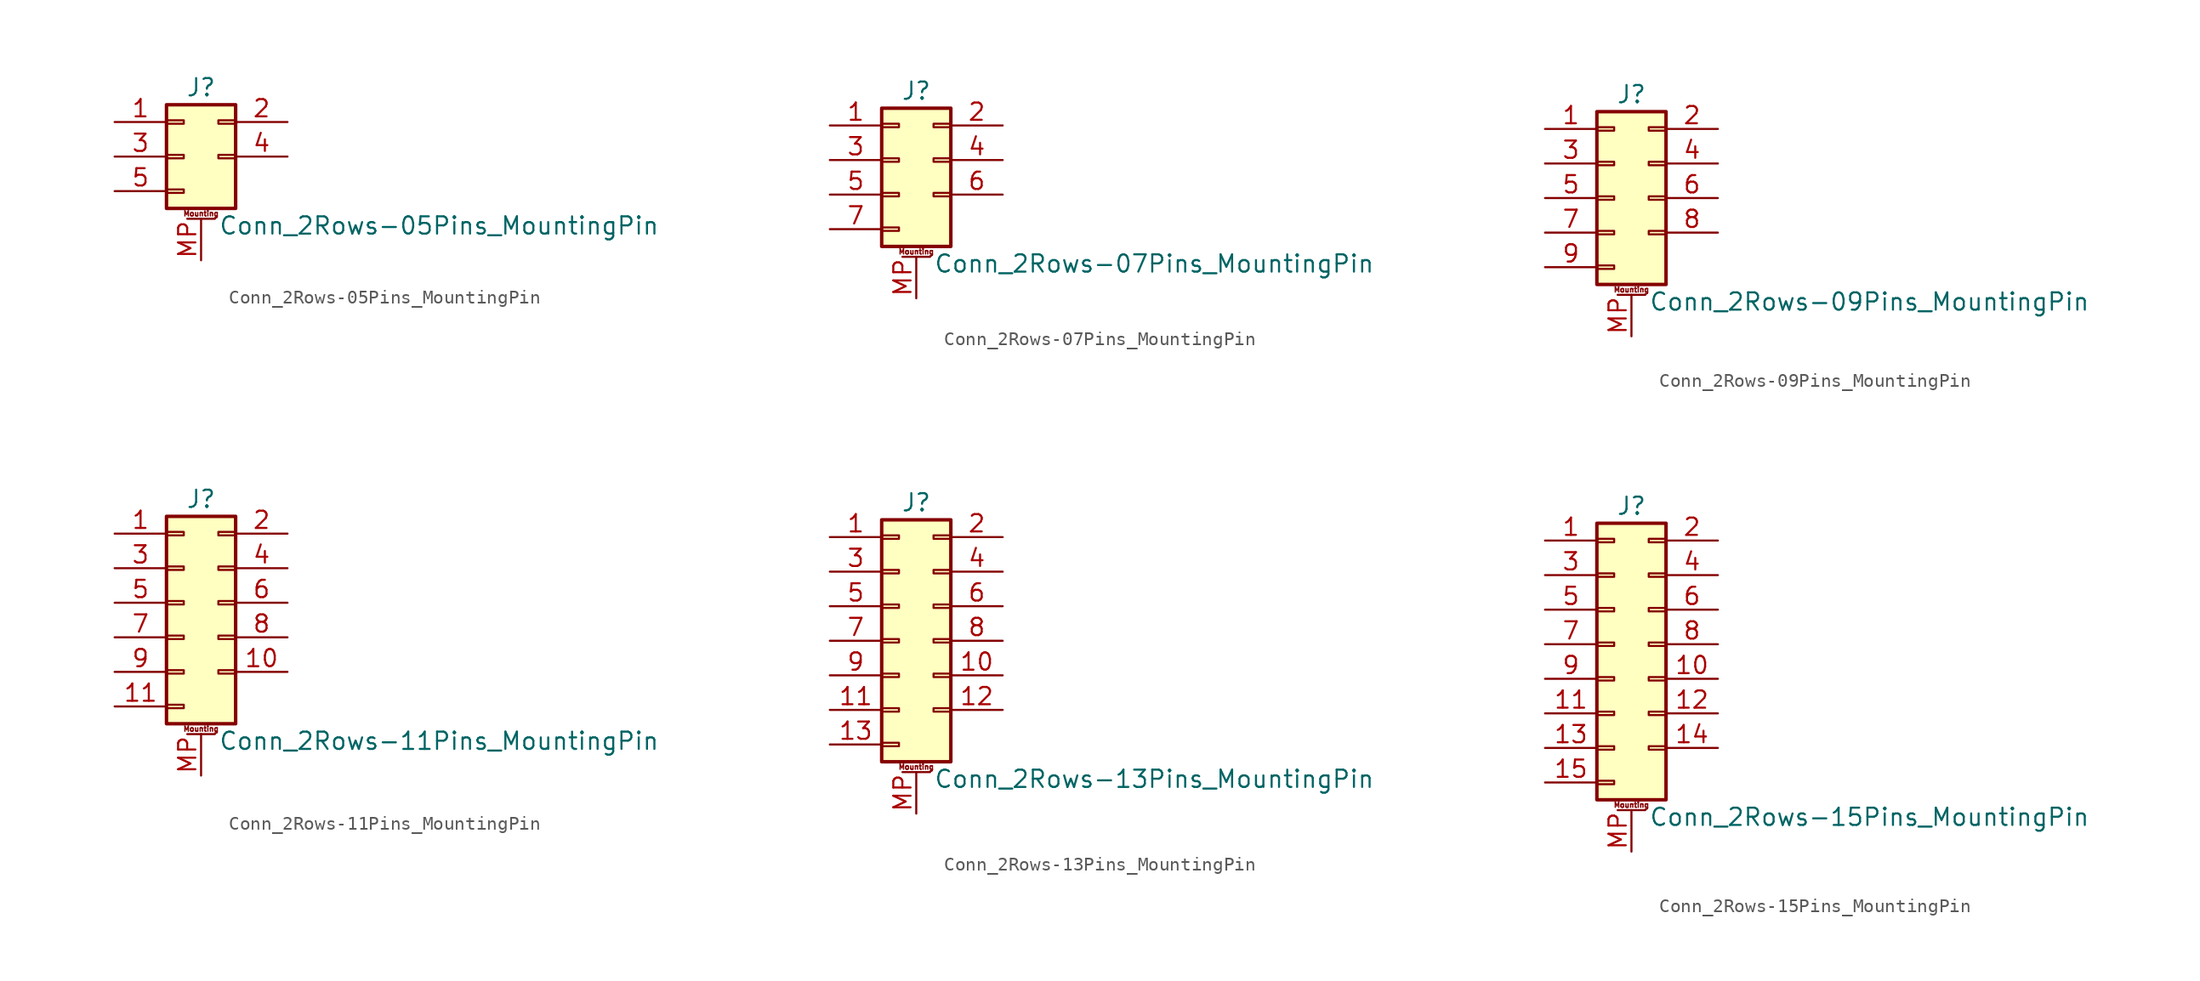
<source format=kicad_sym>
(kicad_symbol_lib
  (version 20201005)
  (generator kicad_symbol_editor)
  (symbol "Connector_Generic_MountingPin:Conn_2Rows-05Pins_MountingPin"
    (pin_names
      (offset 1.016) hide)
    (property "Reference" "J"
      (at 1.27 5.08 0)
      (effects (font (size 1.27 1.27))))
    (property "Value" "Conn_2Rows-05Pins_MountingPin"
      (at 2.54 -5.08 0)
      (effects (font (size 1.27 1.27)) (justify left)))
    (symbol "Conn_2Rows-05Pins_MountingPin_1_1"
      (text "Mounting" (at 1.27 -4.191 0) (effects (font (size 0.381 0.381))))
      (rectangle (start -1.27 -2.413) (end 0 -2.667) (stroke (width 0.152)) (fill (type none)))
      (rectangle (start -1.27 2.667) (end 0 2.413) (stroke (width 0.152)) (fill (type none)))
      (rectangle (start -1.27 3.81) (end 3.81 -3.81) (stroke (width 0.254)) (fill (type background)))
      (rectangle (start -1.27 0.127) (end 0 -0.127) (stroke (width 0.152)) (fill (type none)))
      (rectangle (start 3.81 2.667) (end 2.54 2.413) (stroke (width 0.152)) (fill (type none)))
      (rectangle (start 3.81 0.127) (end 2.54 -0.127) (stroke (width 0.152)) (fill (type none)))
      (polyline (pts (xy 0.254 -4.572) (xy 2.286 -4.572)) (stroke (width 0.152)) (fill (type none)))
      (pin passive line (at 1.27 -7.62 90) (length 3.048) (name "MountPin" (effects (font (size 1.27 1.27)))) (number "MP" (effects (font (size 1.27 1.27)))))
      (pin passive line (at -5.08 2.54 0) (length 3.81) (name "Pin_1" (effects (font (size 1.27 1.27)))) (number "1" (effects (font (size 1.27 1.27)))))
      (pin passive line (at 7.62 2.54 180) (length 3.81) (name "Pin_2" (effects (font (size 1.27 1.27)))) (number "2" (effects (font (size 1.27 1.27)))))
      (pin passive line (at -5.08 0 0) (length 3.81) (name "Pin_3" (effects (font (size 1.27 1.27)))) (number "3" (effects (font (size 1.27 1.27)))))
      (pin passive line (at 7.62 0 180) (length 3.81) (name "Pin_4" (effects (font (size 1.27 1.27)))) (number "4" (effects (font (size 1.27 1.27)))))
      (pin passive line (at -5.08 -2.54 0) (length 3.81) (name "Pin_5" (effects (font (size 1.27 1.27)))) (number "5" (effects (font (size 1.27 1.27)))))))
  (symbol "Connector_Generic_MountingPin:Conn_2Rows-07Pins_MountingPin"
    (pin_names
      (offset 1.016) hide)
    (property "Reference" "J"
      (at 1.27 5.08 0)
      (effects (font (size 1.27 1.27))))
    (property "Value" "Conn_2Rows-07Pins_MountingPin"
      (at 2.54 -7.62 0)
      (effects (font (size 1.27 1.27)) (justify left)))
    (symbol "Conn_2Rows-07Pins_MountingPin_1_1"
      (text "Mounting" (at 1.27 -6.731 0) (effects (font (size 0.381 0.381))))
      (rectangle (start -1.27 -4.953) (end 0 -5.207) (stroke (width 0.152)) (fill (type none)))
      (rectangle (start -1.27 -2.413) (end 0 -2.667) (stroke (width 0.152)) (fill (type none)))
      (rectangle (start -1.27 2.667) (end 0 2.413) (stroke (width 0.152)) (fill (type none)))
      (rectangle (start -1.27 3.81) (end 3.81 -6.35) (stroke (width 0.254)) (fill (type background)))
      (rectangle (start -1.27 0.127) (end 0 -0.127) (stroke (width 0.152)) (fill (type none)))
      (rectangle (start 3.81 -2.413) (end 2.54 -2.667) (stroke (width 0.152)) (fill (type none)))
      (rectangle (start 3.81 2.667) (end 2.54 2.413) (stroke (width 0.152)) (fill (type none)))
      (rectangle (start 3.81 0.127) (end 2.54 -0.127) (stroke (width 0.152)) (fill (type none)))
      (polyline (pts (xy 0.254 -7.112) (xy 2.286 -7.112)) (stroke (width 0.152)) (fill (type none)))
      (pin passive line (at 1.27 -10.16 90) (length 3.048) (name "MountPin" (effects (font (size 1.27 1.27)))) (number "MP" (effects (font (size 1.27 1.27)))))
      (pin passive line (at -5.08 2.54 0) (length 3.81) (name "Pin_1" (effects (font (size 1.27 1.27)))) (number "1" (effects (font (size 1.27 1.27)))))
      (pin passive line (at 7.62 2.54 180) (length 3.81) (name "Pin_2" (effects (font (size 1.27 1.27)))) (number "2" (effects (font (size 1.27 1.27)))))
      (pin passive line (at -5.08 0 0) (length 3.81) (name "Pin_3" (effects (font (size 1.27 1.27)))) (number "3" (effects (font (size 1.27 1.27)))))
      (pin passive line (at 7.62 0 180) (length 3.81) (name "Pin_4" (effects (font (size 1.27 1.27)))) (number "4" (effects (font (size 1.27 1.27)))))
      (pin passive line (at -5.08 -2.54 0) (length 3.81) (name "Pin_5" (effects (font (size 1.27 1.27)))) (number "5" (effects (font (size 1.27 1.27)))))
      (pin passive line (at 7.62 -2.54 180) (length 3.81) (name "Pin_6" (effects (font (size 1.27 1.27)))) (number "6" (effects (font (size 1.27 1.27)))))
      (pin passive line (at -5.08 -5.08 0) (length 3.81) (name "Pin_7" (effects (font (size 1.27 1.27)))) (number "7" (effects (font (size 1.27 1.27)))))))
  (symbol "Connector_Generic_MountingPin:Conn_2Rows-09Pins_MountingPin"
    (pin_names
      (offset 1.016) hide)
    (property "Reference" "J"
      (at 1.27 7.62 0)
      (effects (font (size 1.27 1.27))))
    (property "Value" "Conn_2Rows-09Pins_MountingPin"
      (at 2.54 -7.62 0)
      (effects (font (size 1.27 1.27)) (justify left)))
    (symbol "Conn_2Rows-09Pins_MountingPin_1_1"
      (text "Mounting" (at 1.27 -6.731 0) (effects (font (size 0.381 0.381))))
      (rectangle (start -1.27 -4.953) (end 0 -5.207) (stroke (width 0.152)) (fill (type none)))
      (rectangle (start -1.27 -2.413) (end 0 -2.667) (stroke (width 0.152)) (fill (type none)))
      (rectangle (start -1.27 2.667) (end 0 2.413) (stroke (width 0.152)) (fill (type none)))
      (rectangle (start -1.27 5.207) (end 0 4.953) (stroke (width 0.152)) (fill (type none)))
      (rectangle (start -1.27 6.35) (end 3.81 -6.35) (stroke (width 0.254)) (fill (type background)))
      (rectangle (start -1.27 0.127) (end 0 -0.127) (stroke (width 0.152)) (fill (type none)))
      (rectangle (start 3.81 -2.413) (end 2.54 -2.667) (stroke (width 0.152)) (fill (type none)))
      (rectangle (start 3.81 2.667) (end 2.54 2.413) (stroke (width 0.152)) (fill (type none)))
      (rectangle (start 3.81 5.207) (end 2.54 4.953) (stroke (width 0.152)) (fill (type none)))
      (rectangle (start 3.81 0.127) (end 2.54 -0.127) (stroke (width 0.152)) (fill (type none)))
      (polyline (pts (xy 0.254 -7.112) (xy 2.286 -7.112)) (stroke (width 0.152)) (fill (type none)))
      (pin passive line (at 1.27 -10.16 90) (length 3.048) (name "MountPin" (effects (font (size 1.27 1.27)))) (number "MP" (effects (font (size 1.27 1.27)))))
      (pin passive line (at -5.08 5.08 0) (length 3.81) (name "Pin_1" (effects (font (size 1.27 1.27)))) (number "1" (effects (font (size 1.27 1.27)))))
      (pin passive line (at 7.62 5.08 180) (length 3.81) (name "Pin_2" (effects (font (size 1.27 1.27)))) (number "2" (effects (font (size 1.27 1.27)))))
      (pin passive line (at -5.08 2.54 0) (length 3.81) (name "Pin_3" (effects (font (size 1.27 1.27)))) (number "3" (effects (font (size 1.27 1.27)))))
      (pin passive line (at 7.62 2.54 180) (length 3.81) (name "Pin_4" (effects (font (size 1.27 1.27)))) (number "4" (effects (font (size 1.27 1.27)))))
      (pin passive line (at -5.08 0 0) (length 3.81) (name "Pin_5" (effects (font (size 1.27 1.27)))) (number "5" (effects (font (size 1.27 1.27)))))
      (pin passive line (at 7.62 0 180) (length 3.81) (name "Pin_6" (effects (font (size 1.27 1.27)))) (number "6" (effects (font (size 1.27 1.27)))))
      (pin passive line (at -5.08 -2.54 0) (length 3.81) (name "Pin_7" (effects (font (size 1.27 1.27)))) (number "7" (effects (font (size 1.27 1.27)))))
      (pin passive line (at 7.62 -2.54 180) (length 3.81) (name "Pin_8" (effects (font (size 1.27 1.27)))) (number "8" (effects (font (size 1.27 1.27)))))
      (pin passive line (at -5.08 -5.08 0) (length 3.81) (name "Pin_9" (effects (font (size 1.27 1.27)))) (number "9" (effects (font (size 1.27 1.27)))))))
  (symbol "Connector_Generic_MountingPin:Conn_2Rows-11Pins_MountingPin"
    (pin_names
      (offset 1.016) hide)
    (property "Reference" "J"
      (at 1.27 7.62 0)
      (effects (font (size 1.27 1.27))))
    (property "Value" "Conn_2Rows-11Pins_MountingPin"
      (at 2.54 -10.16 0)
      (effects (font (size 1.27 1.27)) (justify left)))
    (symbol "Conn_2Rows-11Pins_MountingPin_1_1"
      (text "Mounting" (at 1.27 -9.271 0) (effects (font (size 0.381 0.381))))
      (rectangle (start -1.27 -4.953) (end 0 -5.207) (stroke (width 0.152)) (fill (type none)))
      (rectangle (start -1.27 -7.493) (end 0 -7.747) (stroke (width 0.152)) (fill (type none)))
      (rectangle (start -1.27 -2.413) (end 0 -2.667) (stroke (width 0.152)) (fill (type none)))
      (rectangle (start -1.27 2.667) (end 0 2.413) (stroke (width 0.152)) (fill (type none)))
      (rectangle (start -1.27 5.207) (end 0 4.953) (stroke (width 0.152)) (fill (type none)))
      (rectangle (start -1.27 6.35) (end 3.81 -8.89) (stroke (width 0.254)) (fill (type background)))
      (rectangle (start -1.27 0.127) (end 0 -0.127) (stroke (width 0.152)) (fill (type none)))
      (rectangle (start 3.81 -4.953) (end 2.54 -5.207) (stroke (width 0.152)) (fill (type none)))
      (rectangle (start 3.81 -2.413) (end 2.54 -2.667) (stroke (width 0.152)) (fill (type none)))
      (rectangle (start 3.81 2.667) (end 2.54 2.413) (stroke (width 0.152)) (fill (type none)))
      (rectangle (start 3.81 5.207) (end 2.54 4.953) (stroke (width 0.152)) (fill (type none)))
      (rectangle (start 3.81 0.127) (end 2.54 -0.127) (stroke (width 0.152)) (fill (type none)))
      (polyline (pts (xy 0.254 -9.652) (xy 2.286 -9.652)) (stroke (width 0.152)) (fill (type none)))
      (pin passive line (at 1.27 -12.7 90) (length 3.048) (name "MountPin" (effects (font (size 1.27 1.27)))) (number "MP" (effects (font (size 1.27 1.27)))))
      (pin passive line (at -5.08 5.08 0) (length 3.81) (name "Pin_1" (effects (font (size 1.27 1.27)))) (number "1" (effects (font (size 1.27 1.27)))))
      (pin passive line (at 7.62 -5.08 180) (length 3.81) (name "Pin_10" (effects (font (size 1.27 1.27)))) (number "10" (effects (font (size 1.27 1.27)))))
      (pin passive line (at -5.08 -7.62 0) (length 3.81) (name "Pin_11" (effects (font (size 1.27 1.27)))) (number "11" (effects (font (size 1.27 1.27)))))
      (pin passive line (at 7.62 5.08 180) (length 3.81) (name "Pin_2" (effects (font (size 1.27 1.27)))) (number "2" (effects (font (size 1.27 1.27)))))
      (pin passive line (at -5.08 2.54 0) (length 3.81) (name "Pin_3" (effects (font (size 1.27 1.27)))) (number "3" (effects (font (size 1.27 1.27)))))
      (pin passive line (at 7.62 2.54 180) (length 3.81) (name "Pin_4" (effects (font (size 1.27 1.27)))) (number "4" (effects (font (size 1.27 1.27)))))
      (pin passive line (at -5.08 0 0) (length 3.81) (name "Pin_5" (effects (font (size 1.27 1.27)))) (number "5" (effects (font (size 1.27 1.27)))))
      (pin passive line (at 7.62 0 180) (length 3.81) (name "Pin_6" (effects (font (size 1.27 1.27)))) (number "6" (effects (font (size 1.27 1.27)))))
      (pin passive line (at -5.08 -2.54 0) (length 3.81) (name "Pin_7" (effects (font (size 1.27 1.27)))) (number "7" (effects (font (size 1.27 1.27)))))
      (pin passive line (at 7.62 -2.54 180) (length 3.81) (name "Pin_8" (effects (font (size 1.27 1.27)))) (number "8" (effects (font (size 1.27 1.27)))))
      (pin passive line (at -5.08 -5.08 0) (length 3.81) (name "Pin_9" (effects (font (size 1.27 1.27)))) (number "9" (effects (font (size 1.27 1.27)))))))
  (symbol "Connector_Generic_MountingPin:Conn_2Rows-13Pins_MountingPin"
    (pin_names
      (offset 1.016) hide)
    (property "Reference" "J"
      (at 1.27 10.16 0)
      (effects (font (size 1.27 1.27))))
    (property "Value" "Conn_2Rows-13Pins_MountingPin"
      (at 2.54 -10.16 0)
      (effects (font (size 1.27 1.27)) (justify left)))
    (symbol "Conn_2Rows-13Pins_MountingPin_1_1"
      (text "Mounting" (at 1.27 -9.271 0) (effects (font (size 0.381 0.381))))
      (rectangle (start -1.27 -4.953) (end 0 -5.207) (stroke (width 0.152)) (fill (type none)))
      (rectangle (start -1.27 -7.493) (end 0 -7.747) (stroke (width 0.152)) (fill (type none)))
      (rectangle (start -1.27 -2.413) (end 0 -2.667) (stroke (width 0.152)) (fill (type none)))
      (rectangle (start -1.27 2.667) (end 0 2.413) (stroke (width 0.152)) (fill (type none)))
      (rectangle (start -1.27 5.207) (end 0 4.953) (stroke (width 0.152)) (fill (type none)))
      (rectangle (start -1.27 7.747) (end 0 7.493) (stroke (width 0.152)) (fill (type none)))
      (rectangle (start -1.27 8.89) (end 3.81 -8.89) (stroke (width 0.254)) (fill (type background)))
      (rectangle (start -1.27 0.127) (end 0 -0.127) (stroke (width 0.152)) (fill (type none)))
      (rectangle (start 3.81 -4.953) (end 2.54 -5.207) (stroke (width 0.152)) (fill (type none)))
      (rectangle (start 3.81 -2.413) (end 2.54 -2.667) (stroke (width 0.152)) (fill (type none)))
      (rectangle (start 3.81 2.667) (end 2.54 2.413) (stroke (width 0.152)) (fill (type none)))
      (rectangle (start 3.81 5.207) (end 2.54 4.953) (stroke (width 0.152)) (fill (type none)))
      (rectangle (start 3.81 7.747) (end 2.54 7.493) (stroke (width 0.152)) (fill (type none)))
      (rectangle (start 3.81 0.127) (end 2.54 -0.127) (stroke (width 0.152)) (fill (type none)))
      (polyline (pts (xy 0.254 -9.652) (xy 2.286 -9.652)) (stroke (width 0.152)) (fill (type none)))
      (pin passive line (at 1.27 -12.7 90) (length 3.048) (name "MountPin" (effects (font (size 1.27 1.27)))) (number "MP" (effects (font (size 1.27 1.27)))))
      (pin passive line (at -5.08 7.62 0) (length 3.81) (name "Pin_1" (effects (font (size 1.27 1.27)))) (number "1" (effects (font (size 1.27 1.27)))))
      (pin passive line (at 7.62 -2.54 180) (length 3.81) (name "Pin_10" (effects (font (size 1.27 1.27)))) (number "10" (effects (font (size 1.27 1.27)))))
      (pin passive line (at -5.08 -5.08 0) (length 3.81) (name "Pin_11" (effects (font (size 1.27 1.27)))) (number "11" (effects (font (size 1.27 1.27)))))
      (pin passive line (at 7.62 -5.08 180) (length 3.81) (name "Pin_12" (effects (font (size 1.27 1.27)))) (number "12" (effects (font (size 1.27 1.27)))))
      (pin passive line (at -5.08 -7.62 0) (length 3.81) (name "Pin_13" (effects (font (size 1.27 1.27)))) (number "13" (effects (font (size 1.27 1.27)))))
      (pin passive line (at 7.62 7.62 180) (length 3.81) (name "Pin_2" (effects (font (size 1.27 1.27)))) (number "2" (effects (font (size 1.27 1.27)))))
      (pin passive line (at -5.08 5.08 0) (length 3.81) (name "Pin_3" (effects (font (size 1.27 1.27)))) (number "3" (effects (font (size 1.27 1.27)))))
      (pin passive line (at 7.62 5.08 180) (length 3.81) (name "Pin_4" (effects (font (size 1.27 1.27)))) (number "4" (effects (font (size 1.27 1.27)))))
      (pin passive line (at -5.08 2.54 0) (length 3.81) (name "Pin_5" (effects (font (size 1.27 1.27)))) (number "5" (effects (font (size 1.27 1.27)))))
      (pin passive line (at 7.62 2.54 180) (length 3.81) (name "Pin_6" (effects (font (size 1.27 1.27)))) (number "6" (effects (font (size 1.27 1.27)))))
      (pin passive line (at -5.08 0 0) (length 3.81) (name "Pin_7" (effects (font (size 1.27 1.27)))) (number "7" (effects (font (size 1.27 1.27)))))
      (pin passive line (at 7.62 0 180) (length 3.81) (name "Pin_8" (effects (font (size 1.27 1.27)))) (number "8" (effects (font (size 1.27 1.27)))))
      (pin passive line (at -5.08 -2.54 0) (length 3.81) (name "Pin_9" (effects (font (size 1.27 1.27)))) (number "9" (effects (font (size 1.27 1.27)))))))
  (symbol "Connector_Generic_MountingPin:Conn_2Rows-15Pins_MountingPin"
    (pin_names
      (offset 1.016) hide)
    (property "Reference" "J"
      (at 1.27 10.16 0)
      (effects (font (size 1.27 1.27))))
    (property "Value" "Conn_2Rows-15Pins_MountingPin"
      (at 2.54 -12.7 0)
      (effects (font (size 1.27 1.27)) (justify left)))
    (symbol "Conn_2Rows-15Pins_MountingPin_1_1"
      (text "Mounting" (at 1.27 -11.811 0) (effects (font (size 0.381 0.381))))
      (rectangle (start -1.27 -4.953) (end 0 -5.207) (stroke (width 0.152)) (fill (type none)))
      (rectangle (start -1.27 -7.493) (end 0 -7.747) (stroke (width 0.152)) (fill (type none)))
      (rectangle (start -1.27 -10.033) (end 0 -10.287) (stroke (width 0.152)) (fill (type none)))
      (rectangle (start -1.27 -2.413) (end 0 -2.667) (stroke (width 0.152)) (fill (type none)))
      (rectangle (start -1.27 2.667) (end 0 2.413) (stroke (width 0.152)) (fill (type none)))
      (rectangle (start -1.27 5.207) (end 0 4.953) (stroke (width 0.152)) (fill (type none)))
      (rectangle (start -1.27 7.747) (end 0 7.493) (stroke (width 0.152)) (fill (type none)))
      (rectangle (start -1.27 8.89) (end 3.81 -11.43) (stroke (width 0.254)) (fill (type background)))
      (rectangle (start -1.27 0.127) (end 0 -0.127) (stroke (width 0.152)) (fill (type none)))
      (rectangle (start 3.81 -4.953) (end 2.54 -5.207) (stroke (width 0.152)) (fill (type none)))
      (rectangle (start 3.81 -7.493) (end 2.54 -7.747) (stroke (width 0.152)) (fill (type none)))
      (rectangle (start 3.81 -2.413) (end 2.54 -2.667) (stroke (width 0.152)) (fill (type none)))
      (rectangle (start 3.81 2.667) (end 2.54 2.413) (stroke (width 0.152)) (fill (type none)))
      (rectangle (start 3.81 5.207) (end 2.54 4.953) (stroke (width 0.152)) (fill (type none)))
      (rectangle (start 3.81 7.747) (end 2.54 7.493) (stroke (width 0.152)) (fill (type none)))
      (rectangle (start 3.81 0.127) (end 2.54 -0.127) (stroke (width 0.152)) (fill (type none)))
      (polyline (pts (xy 0.254 -12.192) (xy 2.286 -12.192)) (stroke (width 0.152)) (fill (type none)))
      (pin passive line (at 1.27 -15.24 90) (length 3.048) (name "MountPin" (effects (font (size 1.27 1.27)))) (number "MP" (effects (font (size 1.27 1.27)))))
      (pin passive line (at -5.08 7.62 0) (length 3.81) (name "Pin_1" (effects (font (size 1.27 1.27)))) (number "1" (effects (font (size 1.27 1.27)))))
      (pin passive line (at 7.62 -2.54 180) (length 3.81) (name "Pin_10" (effects (font (size 1.27 1.27)))) (number "10" (effects (font (size 1.27 1.27)))))
      (pin passive line (at -5.08 -5.08 0) (length 3.81) (name "Pin_11" (effects (font (size 1.27 1.27)))) (number "11" (effects (font (size 1.27 1.27)))))
      (pin passive line (at 7.62 -5.08 180) (length 3.81) (name "Pin_12" (effects (font (size 1.27 1.27)))) (number "12" (effects (font (size 1.27 1.27)))))
      (pin passive line (at -5.08 -7.62 0) (length 3.81) (name "Pin_13" (effects (font (size 1.27 1.27)))) (number "13" (effects (font (size 1.27 1.27)))))
      (pin passive line (at 7.62 -7.62 180) (length 3.81) (name "Pin_14" (effects (font (size 1.27 1.27)))) (number "14" (effects (font (size 1.27 1.27)))))
      (pin passive line (at -5.08 -10.16 0) (length 3.81) (name "Pin_15" (effects (font (size 1.27 1.27)))) (number "15" (effects (font (size 1.27 1.27)))))
      (pin passive line (at 7.62 7.62 180) (length 3.81) (name "Pin_2" (effects (font (size 1.27 1.27)))) (number "2" (effects (font (size 1.27 1.27)))))
      (pin passive line (at -5.08 5.08 0) (length 3.81) (name "Pin_3" (effects (font (size 1.27 1.27)))) (number "3" (effects (font (size 1.27 1.27)))))
      (pin passive line (at 7.62 5.08 180) (length 3.81) (name "Pin_4" (effects (font (size 1.27 1.27)))) (number "4" (effects (font (size 1.27 1.27)))))
      (pin passive line (at -5.08 2.54 0) (length 3.81) (name "Pin_5" (effects (font (size 1.27 1.27)))) (number "5" (effects (font (size 1.27 1.27)))))
      (pin passive line (at 7.62 2.54 180) (length 3.81) (name "Pin_6" (effects (font (size 1.27 1.27)))) (number "6" (effects (font (size 1.27 1.27)))))
      (pin passive line (at -5.08 0 0) (length 3.81) (name "Pin_7" (effects (font (size 1.27 1.27)))) (number "7" (effects (font (size 1.27 1.27)))))
      (pin passive line (at 7.62 0 180) (length 3.81) (name "Pin_8" (effects (font (size 1.27 1.27)))) (number "8" (effects (font (size 1.27 1.27)))))
      (pin passive line (at -5.08 -2.54 0) (length 3.81) (name "Pin_9" (effects (font (size 1.27 1.27)))) (number "9" (effects (font (size 1.27 1.27))))))))
</source>
